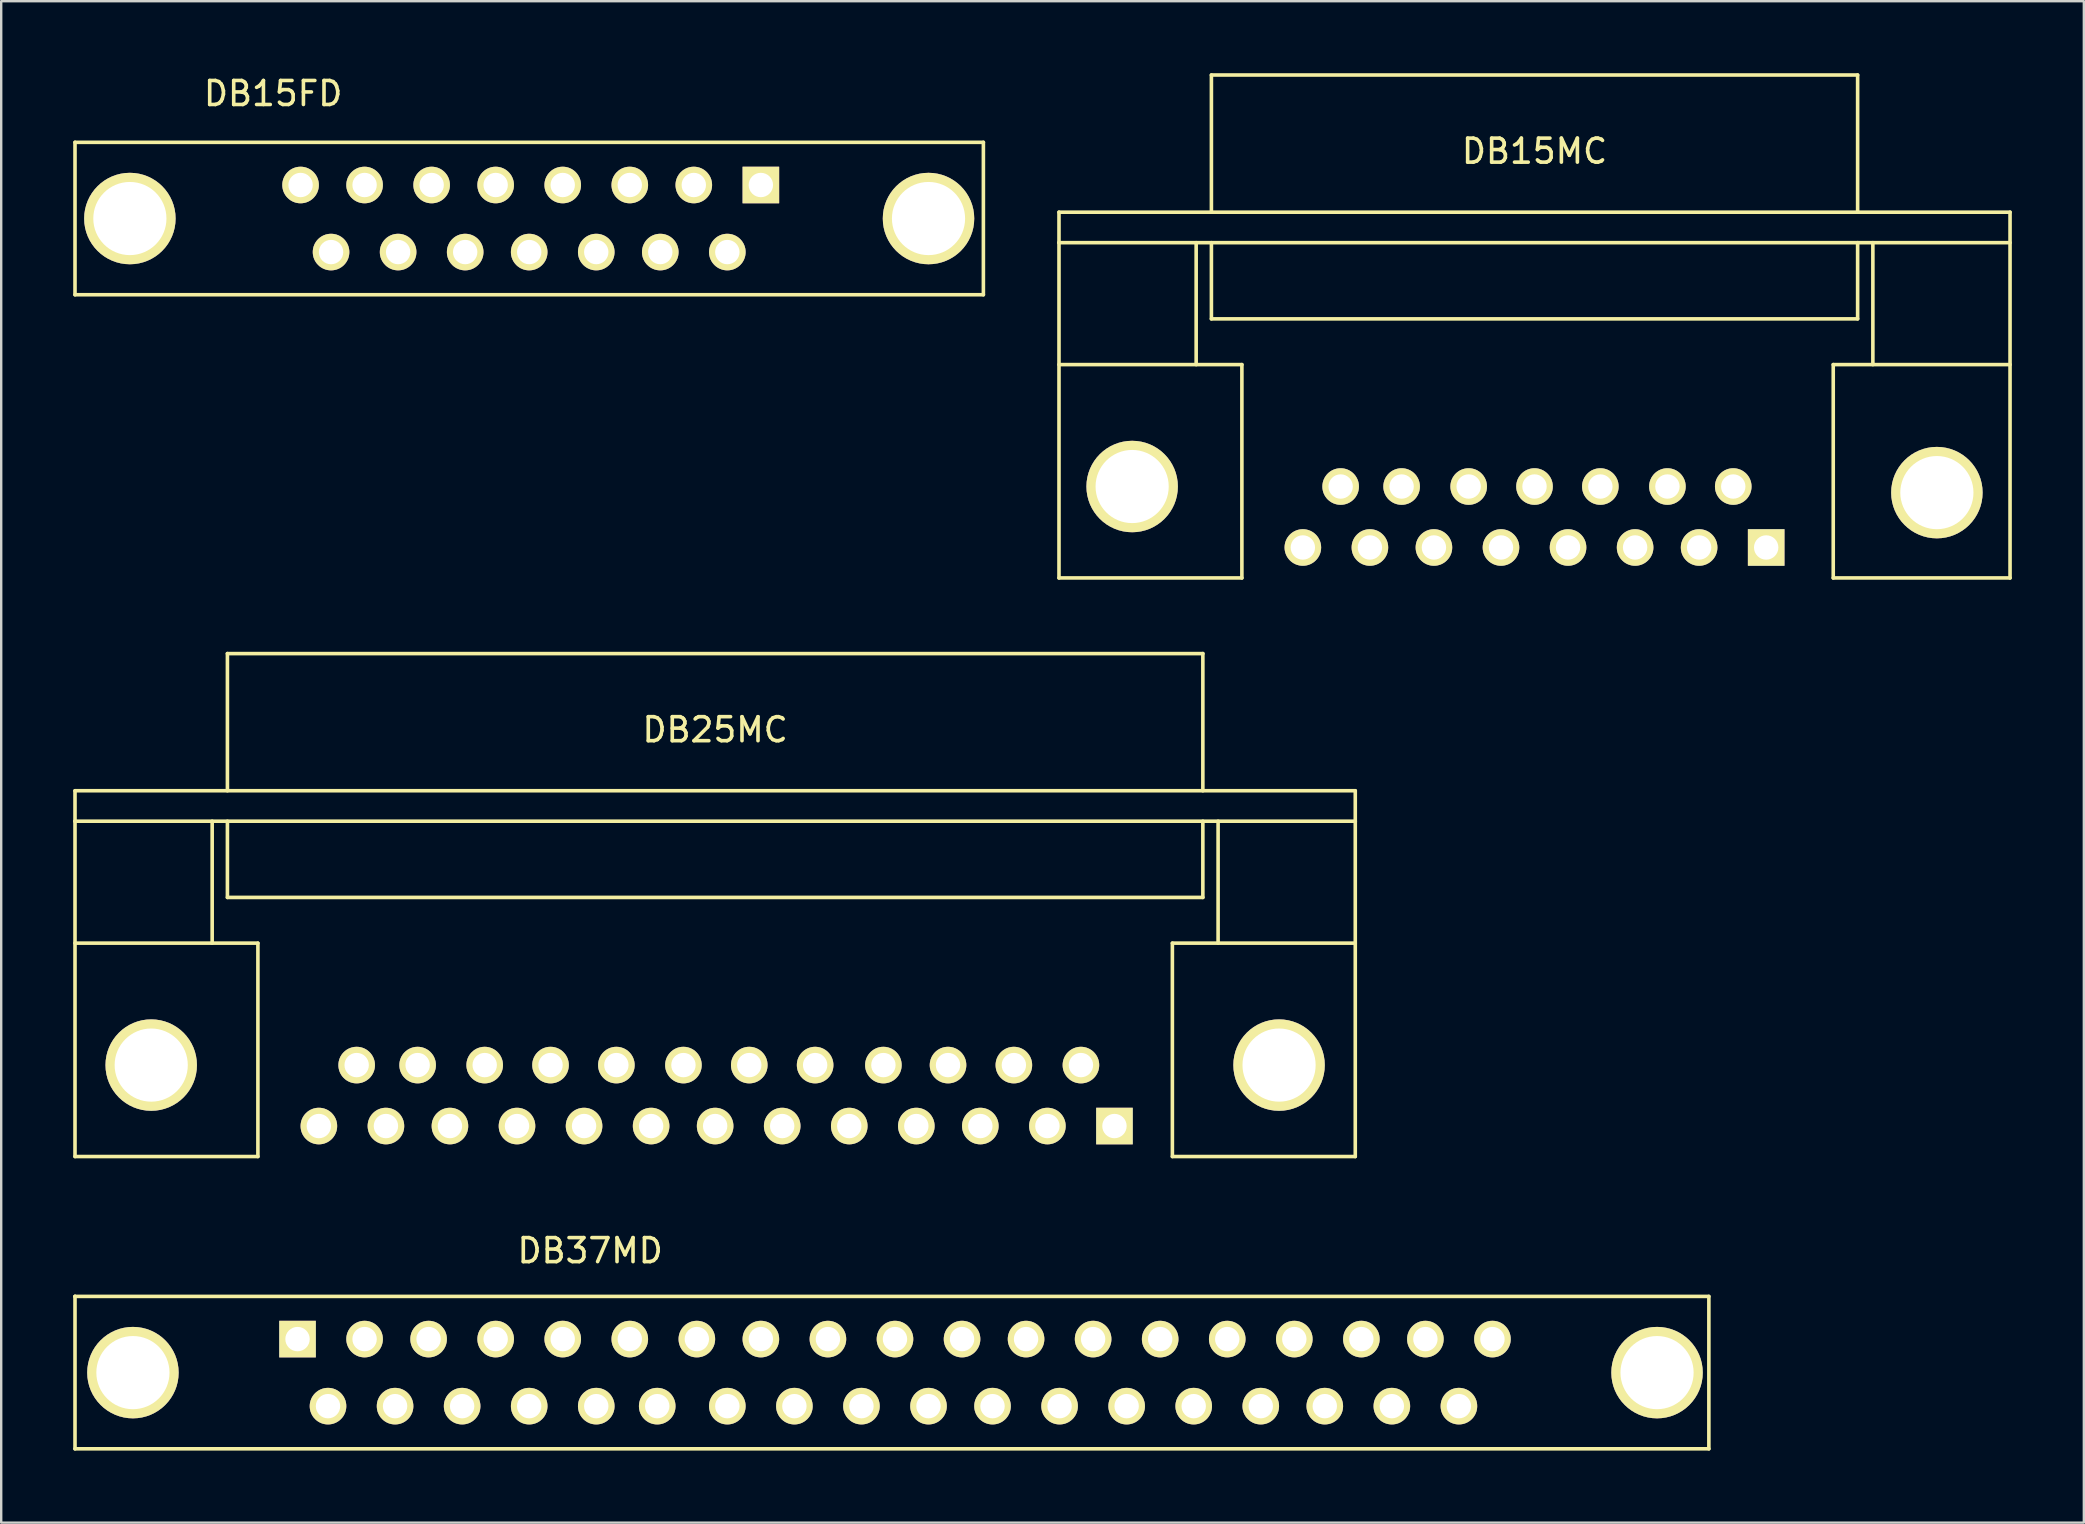
<source format=kicad_pcb>
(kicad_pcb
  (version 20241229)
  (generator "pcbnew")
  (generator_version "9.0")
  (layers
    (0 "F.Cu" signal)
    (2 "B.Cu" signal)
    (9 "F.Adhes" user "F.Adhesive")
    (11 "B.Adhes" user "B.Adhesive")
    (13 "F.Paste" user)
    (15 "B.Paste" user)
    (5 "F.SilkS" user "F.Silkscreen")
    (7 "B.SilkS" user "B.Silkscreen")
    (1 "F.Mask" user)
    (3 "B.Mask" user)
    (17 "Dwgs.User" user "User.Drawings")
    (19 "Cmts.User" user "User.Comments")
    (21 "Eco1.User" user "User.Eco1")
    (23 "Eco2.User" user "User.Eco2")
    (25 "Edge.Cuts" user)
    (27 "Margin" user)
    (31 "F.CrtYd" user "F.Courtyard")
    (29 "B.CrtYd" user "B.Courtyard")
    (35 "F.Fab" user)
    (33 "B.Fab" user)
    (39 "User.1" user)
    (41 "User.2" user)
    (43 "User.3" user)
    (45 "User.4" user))
  (footprint "DB25MC"
    (layer "F.Cu")
    (at 26.745 42.595)
    (property "Reference" "DB25MC" (at 0 -15.24 0) (layer "F.SilkS") (effects (font (size 1 1) (thickness 0.15))))
    (attr through_hole)
    (fp_line (start -26.67 -12.7) (end -26.67 -11.43) (stroke (width 0.15) (type solid)) (layer "F.SilkS"))
    (fp_line (start -26.67 -11.43) (end 26.67 -11.43) (stroke (width 0.15) (type solid)) (layer "F.SilkS"))
    (fp_line (start -26.67 -6.35) (end -19.05 -6.35) (stroke (width 0.15) (type solid)) (layer "F.SilkS"))
    (fp_line (start -26.67 2.54) (end -26.67 -11.43) (stroke (width 0.15) (type solid)) (layer "F.SilkS"))
    (fp_line (start -26.67 2.54) (end -19.05 2.54) (stroke (width 0.15) (type solid)) (layer "F.SilkS"))
    (fp_line (start -20.955 -11.43) (end -20.955 -6.35) (stroke (width 0.15) (type solid)) (layer "F.SilkS"))
    (fp_line (start -20.32 -18.415) (end -20.32 -12.7) (stroke (width 0.15) (type solid)) (layer "F.SilkS"))
    (fp_line (start -20.32 -18.415) (end 20.32 -18.415) (stroke (width 0.15) (type solid)) (layer "F.SilkS"))
    (fp_line (start -20.32 -8.255) (end -20.32 -11.43) (stroke (width 0.15) (type solid)) (layer "F.SilkS"))
    (fp_line (start -20.32 -8.255) (end 20.32 -8.255) (stroke (width 0.15) (type solid)) (layer "F.SilkS"))
    (fp_line (start -19.05 -6.35) (end -19.05 2.54) (stroke (width 0.15) (type solid)) (layer "F.SilkS"))
    (fp_line (start 19.05 -6.35) (end 19.05 2.54) (stroke (width 0.15) (type solid)) (layer "F.SilkS"))
    (fp_line (start 19.05 2.54) (end 26.67 2.54) (stroke (width 0.15) (type solid)) (layer "F.SilkS"))
    (fp_line (start 20.32 -18.415) (end 20.32 -12.7) (stroke (width 0.15) (type solid)) (layer "F.SilkS"))
    (fp_line (start 20.32 -8.255) (end 20.32 -11.43) (stroke (width 0.15) (type solid)) (layer "F.SilkS"))
    (fp_line (start 20.955 -11.43) (end 20.955 -6.35) (stroke (width 0.15) (type solid)) (layer "F.SilkS"))
    (fp_line (start 26.67 -12.7) (end -26.67 -12.7) (stroke (width 0.15) (type solid)) (layer "F.SilkS"))
    (fp_line (start 26.67 -11.43) (end 26.67 -12.7) (stroke (width 0.15) (type solid)) (layer "F.SilkS"))
    (fp_line (start 26.67 -11.43) (end 26.67 2.54) (stroke (width 0.15) (type solid)) (layer "F.SilkS"))
    (fp_line (start 26.67 -6.35) (end 19.05 -6.35) (stroke (width 0.15) (type solid)) (layer "F.SilkS"))
    (pad "" thru_hole circle (at -23.495 -1.27) (size 3.81 3.81) (drill 3.048) (layers "*.Cu" "*.Mask" "F.SilkS"))
    (pad "" thru_hole circle (at 23.495 -1.27) (size 3.81 3.81) (drill 3.048) (layers "*.Cu" "*.Mask" "F.SilkS"))
    (pad "1" thru_hole rect (at 16.637 1.27) (size 1.524 1.524) (drill 1.016) (layers "*.Cu" "*.Mask" "F.SilkS"))
    (pad "2" thru_hole circle (at 13.843 1.27) (size 1.524 1.524) (drill 1.016) (layers "*.Cu" "*.Mask" "F.SilkS"))
    (pad "3" thru_hole circle (at 11.049 1.27) (size 1.524 1.524) (drill 1.016) (layers "*.Cu" "*.Mask" "F.SilkS"))
    (pad "4" thru_hole circle (at 8.382 1.27) (size 1.524 1.524) (drill 1.016) (layers "*.Cu" "*.Mask" "F.SilkS"))
    (pad "5" thru_hole circle (at 5.588 1.27) (size 1.524 1.524) (drill 1.016) (layers "*.Cu" "*.Mask" "F.SilkS"))
    (pad "6" thru_hole circle (at 2.794 1.27) (size 1.524 1.524) (drill 1.016) (layers "*.Cu" "*.Mask" "F.SilkS"))
    (pad "7" thru_hole circle (at 0 1.27) (size 1.524 1.524) (drill 1.016) (layers "*.Cu" "*.Mask" "F.SilkS"))
    (pad "8" thru_hole circle (at -2.667 1.27) (size 1.524 1.524) (drill 1.016) (layers "*.Cu" "*.Mask" "F.SilkS"))
    (pad "9" thru_hole circle (at -5.461 1.27) (size 1.524 1.524) (drill 1.016) (layers "*.Cu" "*.Mask" "F.SilkS"))
    (pad "10" thru_hole circle (at -8.255 1.27) (size 1.524 1.524) (drill 1.016) (layers "*.Cu" "*.Mask" "F.SilkS"))
    (pad "11" thru_hole circle (at -11.049 1.27) (size 1.524 1.524) (drill 1.016) (layers "*.Cu" "*.Mask" "F.SilkS"))
    (pad "12" thru_hole circle (at -13.716 1.27) (size 1.524 1.524) (drill 1.016) (layers "*.Cu" "*.Mask" "F.SilkS"))
    (pad "13" thru_hole circle (at -16.51 1.27) (size 1.524 1.524) (drill 1.016) (layers "*.Cu" "*.Mask" "F.SilkS"))
    (pad "14" thru_hole circle (at 15.24 -1.27) (size 1.524 1.524) (drill 1.016) (layers "*.Cu" "*.Mask" "F.SilkS"))
    (pad "15" thru_hole circle (at 12.446 -1.27) (size 1.524 1.524) (drill 1.016) (layers "*.Cu" "*.Mask" "F.SilkS"))
    (pad "16" thru_hole circle (at 9.703 -1.27) (size 1.524 1.524) (drill 1.016) (layers "*.Cu" "*.Mask" "F.SilkS"))
    (pad "17" thru_hole circle (at 7.01 -1.27) (size 1.524 1.524) (drill 1.016) (layers "*.Cu" "*.Mask" "F.SilkS"))
    (pad "18" thru_hole circle (at 4.166 -1.27) (size 1.524 1.524) (drill 1.016) (layers "*.Cu" "*.Mask" "F.SilkS"))
    (pad "19" thru_hole circle (at 1.422 -1.27) (size 1.524 1.524) (drill 1.016) (layers "*.Cu" "*.Mask" "F.SilkS"))
    (pad "20" thru_hole circle (at -1.321 -1.27) (size 1.524 1.524) (drill 1.016) (layers "*.Cu" "*.Mask" "F.SilkS"))
    (pad "21" thru_hole circle (at -4.115 -1.27) (size 1.524 1.524) (drill 1.016) (layers "*.Cu" "*.Mask" "F.SilkS"))
    (pad "22" thru_hole circle (at -6.858 -1.27) (size 1.524 1.524) (drill 1.016) (layers "*.Cu" "*.Mask" "F.SilkS"))
    (pad "23" thru_hole circle (at -9.601 -1.27) (size 1.524 1.524) (drill 1.016) (layers "*.Cu" "*.Mask" "F.SilkS"))
    (pad "24" thru_hole circle (at -12.395 -1.27) (size 1.524 1.524) (drill 1.016) (layers "*.Cu" "*.Mask" "F.SilkS"))
    (pad "25" thru_hole circle (at -14.935 -1.27) (size 1.524 1.524) (drill 1.016) (layers "*.Cu" "*.Mask" "F.SilkS")))
  (footprint "DB15MC"
    (layer "F.Cu")
    (at 60.883 18.49)
    (property "Reference" "DB15MC" (at 0 -15.24 0) (layer "F.SilkS") (effects (font (size 1 1) (thickness 0.15))))
    (attr through_hole)
    (fp_line (start -19.812 -12.7) (end -19.812 -11.43) (stroke (width 0.15) (type solid)) (layer "F.SilkS"))
    (fp_line (start -19.812 -6.35) (end -12.192 -6.35) (stroke (width 0.15) (type solid)) (layer "F.SilkS"))
    (fp_line (start -19.812 2.54) (end -19.812 -11.43) (stroke (width 0.15) (type solid)) (layer "F.SilkS"))
    (fp_line (start -19.812 2.54) (end -12.192 2.54) (stroke (width 0.15) (type solid)) (layer "F.SilkS"))
    (fp_line (start -14.097 -11.43) (end -14.097 -6.35) (stroke (width 0.15) (type solid)) (layer "F.SilkS"))
    (fp_line (start -13.462 -18.415) (end -13.462 -12.7) (stroke (width 0.15) (type solid)) (layer "F.SilkS"))
    (fp_line (start -13.462 -18.415) (end 13.462 -18.415) (stroke (width 0.15) (type solid)) (layer "F.SilkS"))
    (fp_line (start -13.462 -8.255) (end -13.462 -11.43) (stroke (width 0.15) (type solid)) (layer "F.SilkS"))
    (fp_line (start -12.192 -6.35) (end -12.192 2.54) (stroke (width 0.15) (type solid)) (layer "F.SilkS"))
    (fp_line (start 12.446 -6.35) (end 19.812 -6.35) (stroke (width 0.15) (type solid)) (layer "F.SilkS"))
    (fp_line (start 12.446 2.54) (end 12.446 -6.35) (stroke (width 0.15) (type solid)) (layer "F.SilkS"))
    (fp_line (start 13.462 -12.7) (end 13.462 -18.415) (stroke (width 0.15) (type solid)) (layer "F.SilkS"))
    (fp_line (start 13.462 -8.255) (end -13.462 -8.255) (stroke (width 0.15) (type solid)) (layer "F.SilkS"))
    (fp_line (start 13.462 -8.255) (end 13.462 -11.43) (stroke (width 0.15) (type solid)) (layer "F.SilkS"))
    (fp_line (start 14.097 -6.35) (end 14.097 -11.43) (stroke (width 0.15) (type solid)) (layer "F.SilkS"))
    (fp_line (start 19.812 -12.7) (end -19.812 -12.7) (stroke (width 0.15) (type solid)) (layer "F.SilkS"))
    (fp_line (start 19.812 -11.43) (end -19.812 -11.43) (stroke (width 0.15) (type solid)) (layer "F.SilkS"))
    (fp_line (start 19.812 2.54) (end 12.446 2.54) (stroke (width 0.15) (type solid)) (layer "F.SilkS"))
    (fp_line (start 19.812 2.54) (end 19.812 -12.7) (stroke (width 0.15) (type solid)) (layer "F.SilkS"))
    (pad "" thru_hole circle (at -16.764 -1.27) (size 3.81 3.81) (drill 3.048) (layers "*.Cu" "*.Mask" "F.SilkS"))
    (pad "" thru_hole circle (at 16.764 -1.016) (size 3.81 3.81) (drill 3.048) (layers "*.Cu" "*.Mask" "F.SilkS"))
    (pad "1" thru_hole rect (at 9.652 1.27) (size 1.524 1.524) (drill 1.016) (layers "*.Cu" "*.Mask" "F.SilkS"))
    (pad "2" thru_hole circle (at 6.858 1.27) (size 1.524 1.524) (drill 1.016) (layers "*.Cu" "*.Mask" "F.SilkS"))
    (pad "3" thru_hole circle (at 4.191 1.27) (size 1.524 1.524) (drill 1.016) (layers "*.Cu" "*.Mask" "F.SilkS"))
    (pad "4" thru_hole circle (at 1.397 1.27) (size 1.524 1.524) (drill 1.016) (layers "*.Cu" "*.Mask" "F.SilkS"))
    (pad "5" thru_hole circle (at -1.397 1.27) (size 1.524 1.524) (drill 1.016) (layers "*.Cu" "*.Mask" "F.SilkS"))
    (pad "6" thru_hole circle (at -4.191 1.27) (size 1.524 1.524) (drill 1.016) (layers "*.Cu" "*.Mask" "F.SilkS"))
    (pad "7" thru_hole circle (at -6.858 1.27) (size 1.524 1.524) (drill 1.016) (layers "*.Cu" "*.Mask" "F.SilkS"))
    (pad "8" thru_hole circle (at -9.652 1.27) (size 1.524 1.524) (drill 1.016) (layers "*.Cu" "*.Mask" "F.SilkS"))
    (pad "9" thru_hole circle (at 8.28 -1.27) (size 1.524 1.524) (drill 1.016) (layers "*.Cu" "*.Mask" "F.SilkS"))
    (pad "10" thru_hole circle (at 5.537 -1.27) (size 1.524 1.524) (drill 1.016) (layers "*.Cu" "*.Mask" "F.SilkS"))
    (pad "11" thru_hole circle (at 2.743 -1.27) (size 1.524 1.524) (drill 1.016) (layers "*.Cu" "*.Mask" "F.SilkS"))
    (pad "12" thru_hole circle (at 0 -1.27) (size 1.524 1.524) (drill 1.016) (layers "*.Cu" "*.Mask" "F.SilkS"))
    (pad "13" thru_hole circle (at -2.743 -1.27) (size 1.524 1.524) (drill 1.016) (layers "*.Cu" "*.Mask" "F.SilkS"))
    (pad "14" thru_hole circle (at -5.537 -1.27) (size 1.524 1.524) (drill 1.016) (layers "*.Cu" "*.Mask" "F.SilkS"))
    (pad "15" thru_hole circle (at -8.077 -1.27) (size 1.524 1.524) (drill 1.016) (layers "*.Cu" "*.Mask" "F.SilkS")))
  (footprint "DB15FD"
    (layer "F.Cu")
    (at 18.49 5.928)
    (property "Reference" "DB15FD" (at -10.16 -5.08 180) (layer "F.SilkS") (effects (font (size 1 1) (thickness 0.15))))
    (attr through_hole)
    (fp_line (start -18.415 -3.048) (end -18.415 3.302) (stroke (width 0.15) (type solid)) (layer "F.SilkS"))
    (fp_line (start -18.415 3.302) (end 19.431 3.302) (stroke (width 0.15) (type solid)) (layer "F.SilkS"))
    (fp_line (start 19.431 -3.048) (end -18.415 -3.048) (stroke (width 0.15) (type solid)) (layer "F.SilkS"))
    (fp_line (start 19.431 3.302) (end 19.431 -3.048) (stroke (width 0.15) (type solid)) (layer "F.SilkS"))
    (pad "0" thru_hole circle (at -16.129 0.127) (size 3.81 3.81) (drill 3.048) (layers "*.Cu" "*.Mask" "F.SilkS"))
    (pad "0" thru_hole circle (at 17.145 0.127) (size 3.81 3.81) (drill 3.048) (layers "*.Cu" "*.Mask" "F.SilkS"))
    (pad "1" thru_hole rect (at 10.16 -1.27) (size 1.524 1.524) (drill 1.016) (layers "*.Cu" "*.Mask" "F.SilkS"))
    (pad "2" thru_hole circle (at 7.366 -1.27) (size 1.524 1.524) (drill 1.016) (layers "*.Cu" "*.Mask" "F.SilkS"))
    (pad "3" thru_hole circle (at 4.699 -1.27) (size 1.524 1.524) (drill 1.016) (layers "*.Cu" "*.Mask" "F.SilkS"))
    (pad "4" thru_hole circle (at 1.905 -1.27) (size 1.524 1.524) (drill 1.016) (layers "*.Cu" "*.Mask" "F.SilkS"))
    (pad "5" thru_hole circle (at -0.889 -1.27) (size 1.524 1.524) (drill 1.016) (layers "*.Cu" "*.Mask" "F.SilkS"))
    (pad "6" thru_hole circle (at -3.556 -1.27) (size 1.524 1.524) (drill 1.016) (layers "*.Cu" "*.Mask" "F.SilkS"))
    (pad "7" thru_hole circle (at -6.35 -1.27) (size 1.524 1.524) (drill 1.016) (layers "*.Cu" "*.Mask" "F.SilkS"))
    (pad "8" thru_hole circle (at -9.017 -1.27) (size 1.524 1.524) (drill 1.016) (layers "*.Cu" "*.Mask" "F.SilkS"))
    (pad "9" thru_hole circle (at 8.763 1.524) (size 1.524 1.524) (drill 1.016) (layers "*.Cu" "*.Mask" "F.SilkS"))
    (pad "10" thru_hole circle (at 5.969 1.524) (size 1.524 1.524) (drill 1.016) (layers "*.Cu" "*.Mask" "F.SilkS"))
    (pad "11" thru_hole circle (at 3.302 1.524) (size 1.524 1.524) (drill 1.016) (layers "*.Cu" "*.Mask" "F.SilkS"))
    (pad "12" thru_hole circle (at 0.508 1.524) (size 1.524 1.524) (drill 1.016) (layers "*.Cu" "*.Mask" "F.SilkS"))
    (pad "13" thru_hole circle (at -2.159 1.524) (size 1.524 1.524) (drill 1.016) (layers "*.Cu" "*.Mask" "F.SilkS"))
    (pad "14" thru_hole circle (at -4.953 1.524) (size 1.524 1.524) (drill 1.016) (layers "*.Cu" "*.Mask" "F.SilkS"))
    (pad "15" thru_hole circle (at -7.747 1.524) (size 1.524 1.524) (drill 1.016) (layers "*.Cu" "*.Mask" "F.SilkS")))
  (footprint "DB37MD"
    (layer "F.Cu")
    (at 34.238 54.138)
    (property "Reference" "DB37MD" (at -12.7 -5.08 0) (layer "F.SilkS") (effects (font (size 1 1) (thickness 0.15))))
    (attr through_hole)
    (fp_line (start -34.163 -3.175) (end -34.163 -3.175) (stroke (width 0.15) (type solid)) (layer "F.SilkS"))
    (fp_line (start -34.163 -3.175) (end -34.163 3.175) (stroke (width 0.15) (type solid)) (layer "F.SilkS"))
    (fp_line (start -34.163 3.175) (end 33.909 3.175) (stroke (width 0.15) (type solid)) (layer "F.SilkS"))
    (fp_line (start 33.909 -3.175) (end -34.163 -3.175) (stroke (width 0.15) (type solid)) (layer "F.SilkS"))
    (fp_line (start 33.909 3.175) (end 33.909 -3.175) (stroke (width 0.15) (type solid)) (layer "F.SilkS"))
    (pad "" thru_hole circle (at -31.75 0) (size 3.81 3.81) (drill 3.048) (layers "*.Cu" "*.Mask" "F.SilkS"))
    (pad "" thru_hole circle (at 31.75 0) (size 3.81 3.81) (drill 3.048) (layers "*.Cu" "*.Mask" "F.SilkS"))
    (pad "1" thru_hole rect (at -24.892 -1.397) (size 1.524 1.524) (drill 1.016) (layers "*.Cu" "*.Mask" "F.SilkS"))
    (pad "2" thru_hole circle (at -22.098 -1.397) (size 1.524 1.524) (drill 1.016) (layers "*.Cu" "*.Mask" "F.SilkS"))
    (pad "3" thru_hole circle (at -19.431 -1.397) (size 1.524 1.524) (drill 1.016) (layers "*.Cu" "*.Mask" "F.SilkS"))
    (pad "4" thru_hole circle (at -16.637 -1.397) (size 1.524 1.524) (drill 1.016) (layers "*.Cu" "*.Mask" "F.SilkS"))
    (pad "5" thru_hole circle (at -13.843 -1.397) (size 1.524 1.524) (drill 1.016) (layers "*.Cu" "*.Mask" "F.SilkS"))
    (pad "6" thru_hole circle (at -11.049 -1.397) (size 1.524 1.524) (drill 1.016) (layers "*.Cu" "*.Mask" "F.SilkS"))
    (pad "7" thru_hole circle (at -8.255 -1.397) (size 1.524 1.524) (drill 1.016) (layers "*.Cu" "*.Mask" "F.SilkS"))
    (pad "8" thru_hole circle (at -5.588 -1.397) (size 1.524 1.524) (drill 1.016) (layers "*.Cu" "*.Mask" "F.SilkS"))
    (pad "9" thru_hole circle (at -2.794 -1.397) (size 1.524 1.524) (drill 1.016) (layers "*.Cu" "*.Mask" "F.SilkS"))
    (pad "10" thru_hole circle (at 0 -1.397) (size 1.524 1.524) (drill 1.016) (layers "*.Cu" "*.Mask" "F.SilkS"))
    (pad "11" thru_hole circle (at 2.794 -1.397) (size 1.524 1.524) (drill 1.016) (layers "*.Cu" "*.Mask" "F.SilkS"))
    (pad "12" thru_hole circle (at 5.461 -1.397) (size 1.524 1.524) (drill 1.016) (layers "*.Cu" "*.Mask" "F.SilkS"))
    (pad "13" thru_hole circle (at 8.255 -1.397) (size 1.524 1.524) (drill 1.016) (layers "*.Cu" "*.Mask" "F.SilkS"))
    (pad "14" thru_hole circle (at 11.049 -1.397) (size 1.524 1.524) (drill 1.016) (layers "*.Cu" "*.Mask" "F.SilkS"))
    (pad "15" thru_hole circle (at 13.843 -1.397) (size 1.524 1.524) (drill 1.016) (layers "*.Cu" "*.Mask" "F.SilkS"))
    (pad "16" thru_hole circle (at 16.637 -1.397) (size 1.524 1.524) (drill 1.016) (layers "*.Cu" "*.Mask" "F.SilkS"))
    (pad "17" thru_hole circle (at 19.431 -1.397) (size 1.524 1.524) (drill 1.016) (layers "*.Cu" "*.Mask" "F.SilkS"))
    (pad "18" thru_hole circle (at 22.098 -1.397) (size 1.524 1.524) (drill 1.016) (layers "*.Cu" "*.Mask" "F.SilkS"))
    (pad "19" thru_hole circle (at 24.892 -1.397) (size 1.524 1.524) (drill 1.016) (layers "*.Cu" "*.Mask" "F.SilkS"))
    (pad "20" thru_hole circle (at -23.622 1.397) (size 1.524 1.524) (drill 1.016) (layers "*.Cu" "*.Mask" "F.SilkS"))
    (pad "21" thru_hole circle (at -20.828 1.397) (size 1.524 1.524) (drill 1.016) (layers "*.Cu" "*.Mask" "F.SilkS"))
    (pad "22" thru_hole circle (at -18.034 1.397) (size 1.524 1.524) (drill 1.016) (layers "*.Cu" "*.Mask" "F.SilkS"))
    (pad "23" thru_hole circle (at -15.24 1.397) (size 1.524 1.524) (drill 1.016) (layers "*.Cu" "*.Mask" "F.SilkS"))
    (pad "24" thru_hole circle (at -12.446 1.397) (size 1.524 1.524) (drill 1.016) (layers "*.Cu" "*.Mask" "F.SilkS"))
    (pad "25" thru_hole circle (at -9.906 1.397) (size 1.524 1.524) (drill 1.016) (layers "*.Cu" "*.Mask" "F.SilkS"))
    (pad "26" thru_hole circle (at -6.985 1.397) (size 1.524 1.524) (drill 1.016) (layers "*.Cu" "*.Mask" "F.SilkS"))
    (pad "27" thru_hole circle (at -4.191 1.397) (size 1.524 1.524) (drill 1.016) (layers "*.Cu" "*.Mask" "F.SilkS"))
    (pad "28" thru_hole circle (at -1.397 1.397) (size 1.524 1.524) (drill 1.016) (layers "*.Cu" "*.Mask" "F.SilkS"))
    (pad "29" thru_hole circle (at 1.397 1.397) (size 1.524 1.524) (drill 1.016) (layers "*.Cu" "*.Mask" "F.SilkS"))
    (pad "30" thru_hole circle (at 4.064 1.397) (size 1.524 1.524) (drill 1.016) (layers "*.Cu" "*.Mask" "F.SilkS"))
    (pad "31" thru_hole circle (at 6.858 1.397) (size 1.524 1.524) (drill 1.016) (layers "*.Cu" "*.Mask" "F.SilkS"))
    (pad "32" thru_hole circle (at 9.652 1.397) (size 1.524 1.524) (drill 1.016) (layers "*.Cu" "*.Mask" "F.SilkS"))
    (pad "33" thru_hole circle (at 12.446 1.397) (size 1.524 1.524) (drill 1.016) (layers "*.Cu" "*.Mask" "F.SilkS"))
    (pad "34" thru_hole circle (at 15.24 1.397) (size 1.524 1.524) (drill 1.016) (layers "*.Cu" "*.Mask" "F.SilkS"))
    (pad "35" thru_hole circle (at 17.907 1.397) (size 1.524 1.524) (drill 1.016) (layers "*.Cu" "*.Mask" "F.SilkS"))
    (pad "36" thru_hole circle (at 20.701 1.397) (size 1.524 1.524) (drill 1.016) (layers "*.Cu" "*.Mask" "F.SilkS"))
    (pad "37" thru_hole circle (at 23.495 1.397) (size 1.524 1.524) (drill 1.016) (layers "*.Cu" "*.Mask" "F.SilkS")))
  (gr_rect
    (start -3 -3)
    (end 83.77 60.388)
    (stroke (width 0.1) (type default))
    (fill no)
    (layer "Edge.Cuts")))
</source>
